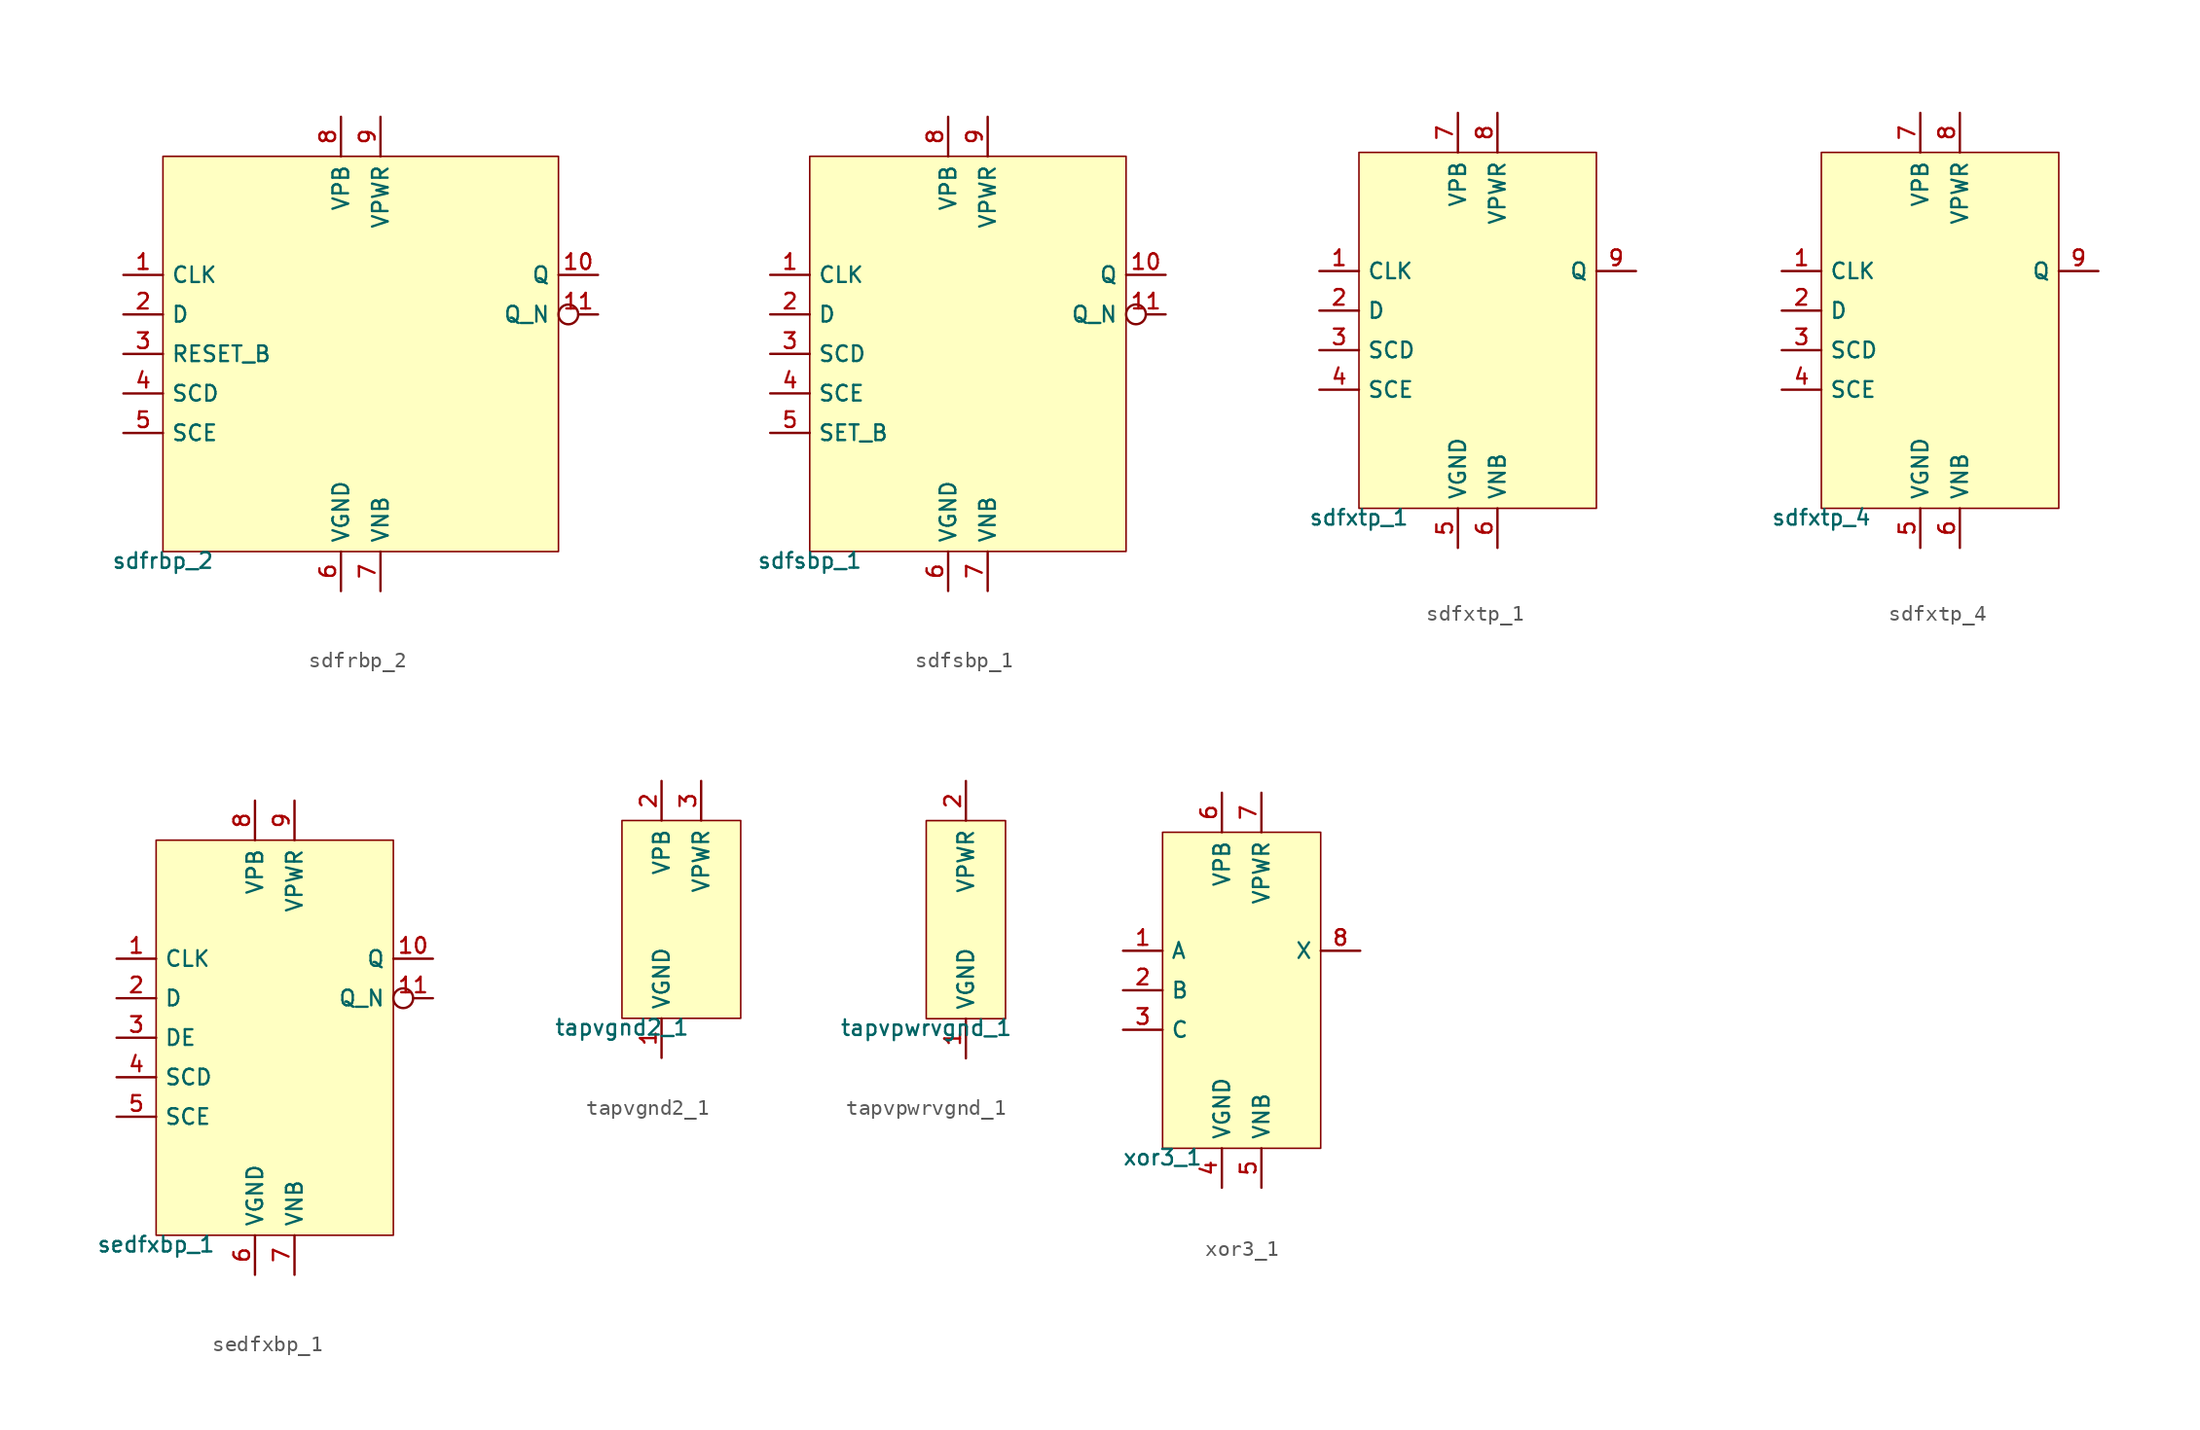
<source format=kicad_sym>
(kicad_symbol_lib
  (version 20211014)
  (generator pdk2kicad)
  (symbol "sdfrbp_2"
    (property "Reference" "X"
      (at 0 0 0)
      (effects (font (size 1 1)) hide))
    (property "Value" "sdfrbp_2"
      (at -12.7 -12.7 0)
      (effects (font (size 1 1)) (justify top)))
    (rectangle
      (start -12.7 -12.7)
      (end 12.7 12.7)
      (stroke (width 0.1) (type solid) (color 0 0 0 0))
      (fill (type background)))
    (pin input line
      (at -15.24 5.08 0)
      (length 2.54)
      (name "CLK" (effects (font (size 1 1)) hide))
      (number "1" (effects (font (size 1 1)) hide)))
    (pin input line
      (at -15.24 2.54 0)
      (length 2.54)
      (name "D" (effects (font (size 1 1)) hide))
      (number "2" (effects (font (size 1 1)) hide)))
    (pin input line
      (at -15.24 -8.881784197001252e-16 0)
      (length 2.54)
      (name "RESET_B" (effects (font (size 1 1)) hide))
      (number "3" (effects (font (size 1 1)) hide)))
    (pin input line
      (at -15.24 -2.54 0)
      (length 2.54)
      (name "SCD" (effects (font (size 1 1)) hide))
      (number "4" (effects (font (size 1 1)) hide)))
    (pin input line
      (at -15.24 -5.08 0)
      (length 2.54)
      (name "SCE" (effects (font (size 1 1)) hide))
      (number "5" (effects (font (size 1 1)) hide)))
    (pin power_in line
      (at -1.27 -15.24 90)
      (length 2.54)
      (name "VGND" (effects (font (size 1 1)) hide))
      (number "6" (effects (font (size 1 1)) hide)))
    (pin power_in line
      (at 1.27 -15.24 90)
      (length 2.54)
      (name "VNB" (effects (font (size 1 1)) hide))
      (number "7" (effects (font (size 1 1)) hide)))
    (pin power_in line
      (at -1.27 15.24 270)
      (length 2.54)
      (name "VPB" (effects (font (size 1 1)) hide))
      (number "8" (effects (font (size 1 1)) hide)))
    (pin power_in line
      (at 1.27 15.24 270)
      (length 2.54)
      (name "VPWR" (effects (font (size 1 1)) hide))
      (number "9" (effects (font (size 1 1)) hide)))
    (pin output line
      (at 15.24 5.08 180)
      (length 2.54)
      (name "Q" (effects (font (size 1 1)) hide))
      (number "10" (effects (font (size 1 1)) hide)))
    (pin output inverted
      (at 15.24 2.54 180)
      (length 2.54)
      (name "Q_N" (effects (font (size 1 1)) hide))
      (number "11" (effects (font (size 1 1)) hide))))
  (symbol "sdfsbp_1"
    (property "Reference" "X"
      (at 0 0 0)
      (effects (font (size 1 1)) hide))
    (property "Value" "sdfsbp_1"
      (at -10.16 -12.7 0)
      (effects (font (size 1 1)) (justify top)))
    (rectangle
      (start -10.16 -12.7)
      (end 10.16 12.7)
      (stroke (width 0.1) (type solid) (color 0 0 0 0))
      (fill (type background)))
    (pin input line
      (at -12.7 5.08 0)
      (length 2.54)
      (name "CLK" (effects (font (size 1 1)) hide))
      (number "1" (effects (font (size 1 1)) hide)))
    (pin input line
      (at -12.7 2.54 0)
      (length 2.54)
      (name "D" (effects (font (size 1 1)) hide))
      (number "2" (effects (font (size 1 1)) hide)))
    (pin input line
      (at -12.7 -8.881784197001252e-16 0)
      (length 2.54)
      (name "SCD" (effects (font (size 1 1)) hide))
      (number "3" (effects (font (size 1 1)) hide)))
    (pin input line
      (at -12.7 -2.54 0)
      (length 2.54)
      (name "SCE" (effects (font (size 1 1)) hide))
      (number "4" (effects (font (size 1 1)) hide)))
    (pin input line
      (at -12.7 -5.08 0)
      (length 2.54)
      (name "SET_B" (effects (font (size 1 1)) hide))
      (number "5" (effects (font (size 1 1)) hide)))
    (pin power_in line
      (at -1.27 -15.24 90)
      (length 2.54)
      (name "VGND" (effects (font (size 1 1)) hide))
      (number "6" (effects (font (size 1 1)) hide)))
    (pin power_in line
      (at 1.27 -15.24 90)
      (length 2.54)
      (name "VNB" (effects (font (size 1 1)) hide))
      (number "7" (effects (font (size 1 1)) hide)))
    (pin power_in line
      (at -1.27 15.24 270)
      (length 2.54)
      (name "VPB" (effects (font (size 1 1)) hide))
      (number "8" (effects (font (size 1 1)) hide)))
    (pin power_in line
      (at 1.27 15.24 270)
      (length 2.54)
      (name "VPWR" (effects (font (size 1 1)) hide))
      (number "9" (effects (font (size 1 1)) hide)))
    (pin output line
      (at 12.7 5.08 180)
      (length 2.54)
      (name "Q" (effects (font (size 1 1)) hide))
      (number "10" (effects (font (size 1 1)) hide)))
    (pin output inverted
      (at 12.7 2.54 180)
      (length 2.54)
      (name "Q_N" (effects (font (size 1 1)) hide))
      (number "11" (effects (font (size 1 1)) hide))))
  (symbol "sdfxtp_1"
    (property "Reference" "X"
      (at 0 0 0)
      (effects (font (size 1 1)) hide))
    (property "Value" "sdfxtp_1"
      (at -7.62 -11.43 0)
      (effects (font (size 1 1)) (justify top)))
    (rectangle
      (start -7.62 -11.43)
      (end 7.62 11.43)
      (stroke (width 0.1) (type solid) (color 0 0 0 0))
      (fill (type background)))
    (pin input line
      (at -10.16 3.81 0)
      (length 2.54)
      (name "CLK" (effects (font (size 1 1)) hide))
      (number "1" (effects (font (size 1 1)) hide)))
    (pin input line
      (at -10.16 1.27 0)
      (length 2.54)
      (name "D" (effects (font (size 1 1)) hide))
      (number "2" (effects (font (size 1 1)) hide)))
    (pin input line
      (at -10.16 -1.27 0)
      (length 2.54)
      (name "SCD" (effects (font (size 1 1)) hide))
      (number "3" (effects (font (size 1 1)) hide)))
    (pin input line
      (at -10.16 -3.81 0)
      (length 2.54)
      (name "SCE" (effects (font (size 1 1)) hide))
      (number "4" (effects (font (size 1 1)) hide)))
    (pin power_in line
      (at -1.27 -13.97 90)
      (length 2.54)
      (name "VGND" (effects (font (size 1 1)) hide))
      (number "5" (effects (font (size 1 1)) hide)))
    (pin power_in line
      (at 1.27 -13.97 90)
      (length 2.54)
      (name "VNB" (effects (font (size 1 1)) hide))
      (number "6" (effects (font (size 1 1)) hide)))
    (pin power_in line
      (at -1.27 13.97 270)
      (length 2.54)
      (name "VPB" (effects (font (size 1 1)) hide))
      (number "7" (effects (font (size 1 1)) hide)))
    (pin power_in line
      (at 1.27 13.97 270)
      (length 2.54)
      (name "VPWR" (effects (font (size 1 1)) hide))
      (number "8" (effects (font (size 1 1)) hide)))
    (pin output line
      (at 10.16 3.81 180)
      (length 2.54)
      (name "Q" (effects (font (size 1 1)) hide))
      (number "9" (effects (font (size 1 1)) hide))))
  (symbol "sdfxtp_4"
    (property "Reference" "X"
      (at 0 0 0)
      (effects (font (size 1 1)) hide))
    (property "Value" "sdfxtp_4"
      (at -7.62 -11.43 0)
      (effects (font (size 1 1)) (justify top)))
    (rectangle
      (start -7.62 -11.43)
      (end 7.62 11.43)
      (stroke (width 0.1) (type solid) (color 0 0 0 0))
      (fill (type background)))
    (pin input line
      (at -10.16 3.81 0)
      (length 2.54)
      (name "CLK" (effects (font (size 1 1)) hide))
      (number "1" (effects (font (size 1 1)) hide)))
    (pin input line
      (at -10.16 1.27 0)
      (length 2.54)
      (name "D" (effects (font (size 1 1)) hide))
      (number "2" (effects (font (size 1 1)) hide)))
    (pin input line
      (at -10.16 -1.27 0)
      (length 2.54)
      (name "SCD" (effects (font (size 1 1)) hide))
      (number "3" (effects (font (size 1 1)) hide)))
    (pin input line
      (at -10.16 -3.81 0)
      (length 2.54)
      (name "SCE" (effects (font (size 1 1)) hide))
      (number "4" (effects (font (size 1 1)) hide)))
    (pin power_in line
      (at -1.27 -13.97 90)
      (length 2.54)
      (name "VGND" (effects (font (size 1 1)) hide))
      (number "5" (effects (font (size 1 1)) hide)))
    (pin power_in line
      (at 1.27 -13.97 90)
      (length 2.54)
      (name "VNB" (effects (font (size 1 1)) hide))
      (number "6" (effects (font (size 1 1)) hide)))
    (pin power_in line
      (at -1.27 13.97 270)
      (length 2.54)
      (name "VPB" (effects (font (size 1 1)) hide))
      (number "7" (effects (font (size 1 1)) hide)))
    (pin power_in line
      (at 1.27 13.97 270)
      (length 2.54)
      (name "VPWR" (effects (font (size 1 1)) hide))
      (number "8" (effects (font (size 1 1)) hide)))
    (pin output line
      (at 10.16 3.81 180)
      (length 2.54)
      (name "Q" (effects (font (size 1 1)) hide))
      (number "9" (effects (font (size 1 1)) hide))))
  (symbol "sedfxbp_1"
    (property "Reference" "X"
      (at 0 0 0)
      (effects (font (size 1 1)) hide))
    (property "Value" "sedfxbp_1"
      (at -7.62 -12.7 0)
      (effects (font (size 1 1)) (justify top)))
    (rectangle
      (start -7.62 -12.7)
      (end 7.62 12.7)
      (stroke (width 0.1) (type solid) (color 0 0 0 0))
      (fill (type background)))
    (pin input line
      (at -10.16 5.08 0)
      (length 2.54)
      (name "CLK" (effects (font (size 1 1)) hide))
      (number "1" (effects (font (size 1 1)) hide)))
    (pin input line
      (at -10.16 2.54 0)
      (length 2.54)
      (name "D" (effects (font (size 1 1)) hide))
      (number "2" (effects (font (size 1 1)) hide)))
    (pin input line
      (at -10.16 -8.881784197001252e-16 0)
      (length 2.54)
      (name "DE" (effects (font (size 1 1)) hide))
      (number "3" (effects (font (size 1 1)) hide)))
    (pin input line
      (at -10.16 -2.54 0)
      (length 2.54)
      (name "SCD" (effects (font (size 1 1)) hide))
      (number "4" (effects (font (size 1 1)) hide)))
    (pin input line
      (at -10.16 -5.08 0)
      (length 2.54)
      (name "SCE" (effects (font (size 1 1)) hide))
      (number "5" (effects (font (size 1 1)) hide)))
    (pin power_in line
      (at -1.27 -15.24 90)
      (length 2.54)
      (name "VGND" (effects (font (size 1 1)) hide))
      (number "6" (effects (font (size 1 1)) hide)))
    (pin power_in line
      (at 1.27 -15.24 90)
      (length 2.54)
      (name "VNB" (effects (font (size 1 1)) hide))
      (number "7" (effects (font (size 1 1)) hide)))
    (pin power_in line
      (at -1.27 15.24 270)
      (length 2.54)
      (name "VPB" (effects (font (size 1 1)) hide))
      (number "8" (effects (font (size 1 1)) hide)))
    (pin power_in line
      (at 1.27 15.24 270)
      (length 2.54)
      (name "VPWR" (effects (font (size 1 1)) hide))
      (number "9" (effects (font (size 1 1)) hide)))
    (pin output line
      (at 10.16 5.08 180)
      (length 2.54)
      (name "Q" (effects (font (size 1 1)) hide))
      (number "10" (effects (font (size 1 1)) hide)))
    (pin output inverted
      (at 10.16 2.54 180)
      (length 2.54)
      (name "Q_N" (effects (font (size 1 1)) hide))
      (number "11" (effects (font (size 1 1)) hide))))
  (symbol "tapvgnd2_1"
    (property "Reference" "X"
      (at 0 0 0)
      (effects (font (size 1 1)) hide))
    (property "Value" "tapvgnd2_1"
      (at -3.81 -6.35 0)
      (effects (font (size 1 1)) (justify top)))
    (rectangle
      (start -3.81 -6.35)
      (end 3.81 6.35)
      (stroke (width 0.1) (type solid) (color 0 0 0 0))
      (fill (type background)))
    (pin power_in line
      (at -1.27 -8.89 90)
      (length 2.54)
      (name "VGND" (effects (font (size 1 1)) hide))
      (number "1" (effects (font (size 1 1)) hide)))
    (pin power_in line
      (at -1.27 8.89 270)
      (length 2.54)
      (name "VPB" (effects (font (size 1 1)) hide))
      (number "2" (effects (font (size 1 1)) hide)))
    (pin power_in line
      (at 1.27 8.89 270)
      (length 2.54)
      (name "VPWR" (effects (font (size 1 1)) hide))
      (number "3" (effects (font (size 1 1)) hide))))
  (symbol "tapvpwrvgnd_1"
    (property "Reference" "X"
      (at 0 0 0)
      (effects (font (size 1 1)) hide))
    (property "Value" "tapvpwrvgnd_1"
      (at -2.54 -6.35 0)
      (effects (font (size 1 1)) (justify top)))
    (rectangle
      (start -2.54 -6.35)
      (end 2.54 6.35)
      (stroke (width 0.1) (type solid) (color 0 0 0 0))
      (fill (type background)))
    (pin power_in line
      (at 0.0 -8.89 90)
      (length 2.54)
      (name "VGND" (effects (font (size 1 1)) hide))
      (number "1" (effects (font (size 1 1)) hide)))
    (pin power_in line
      (at 0.0 8.89 270)
      (length 2.54)
      (name "VPWR" (effects (font (size 1 1)) hide))
      (number "2" (effects (font (size 1 1)) hide))))
  (symbol "xor3_1"
    (property "Reference" "X"
      (at 0 0 0)
      (effects (font (size 1 1)) hide))
    (property "Value" "xor3_1"
      (at -5.08 -10.16 0)
      (effects (font (size 1 1)) (justify top)))
    (rectangle
      (start -5.08 -10.16)
      (end 5.08 10.16)
      (stroke (width 0.1) (type solid) (color 0 0 0 0))
      (fill (type background)))
    (pin input line
      (at -7.62 2.54 0)
      (length 2.54)
      (name "A" (effects (font (size 1 1)) hide))
      (number "1" (effects (font (size 1 1)) hide)))
    (pin input line
      (at -7.62 0.0 0)
      (length 2.54)
      (name "B" (effects (font (size 1 1)) hide))
      (number "2" (effects (font (size 1 1)) hide)))
    (pin input line
      (at -7.62 -2.54 0)
      (length 2.54)
      (name "C" (effects (font (size 1 1)) hide))
      (number "3" (effects (font (size 1 1)) hide)))
    (pin power_in line
      (at -1.27 -12.7 90)
      (length 2.54)
      (name "VGND" (effects (font (size 1 1)) hide))
      (number "4" (effects (font (size 1 1)) hide)))
    (pin power_in line
      (at 1.27 -12.7 90)
      (length 2.54)
      (name "VNB" (effects (font (size 1 1)) hide))
      (number "5" (effects (font (size 1 1)) hide)))
    (pin power_in line
      (at -1.27 12.7 270)
      (length 2.54)
      (name "VPB" (effects (font (size 1 1)) hide))
      (number "6" (effects (font (size 1 1)) hide)))
    (pin power_in line
      (at 1.27 12.7 270)
      (length 2.54)
      (name "VPWR" (effects (font (size 1 1)) hide))
      (number "7" (effects (font (size 1 1)) hide)))
    (pin output line
      (at 7.62 2.54 180)
      (length 2.54)
      (name "X" (effects (font (size 1 1)) hide))
      (number "8" (effects (font (size 1 1)) hide)))))
</source>
